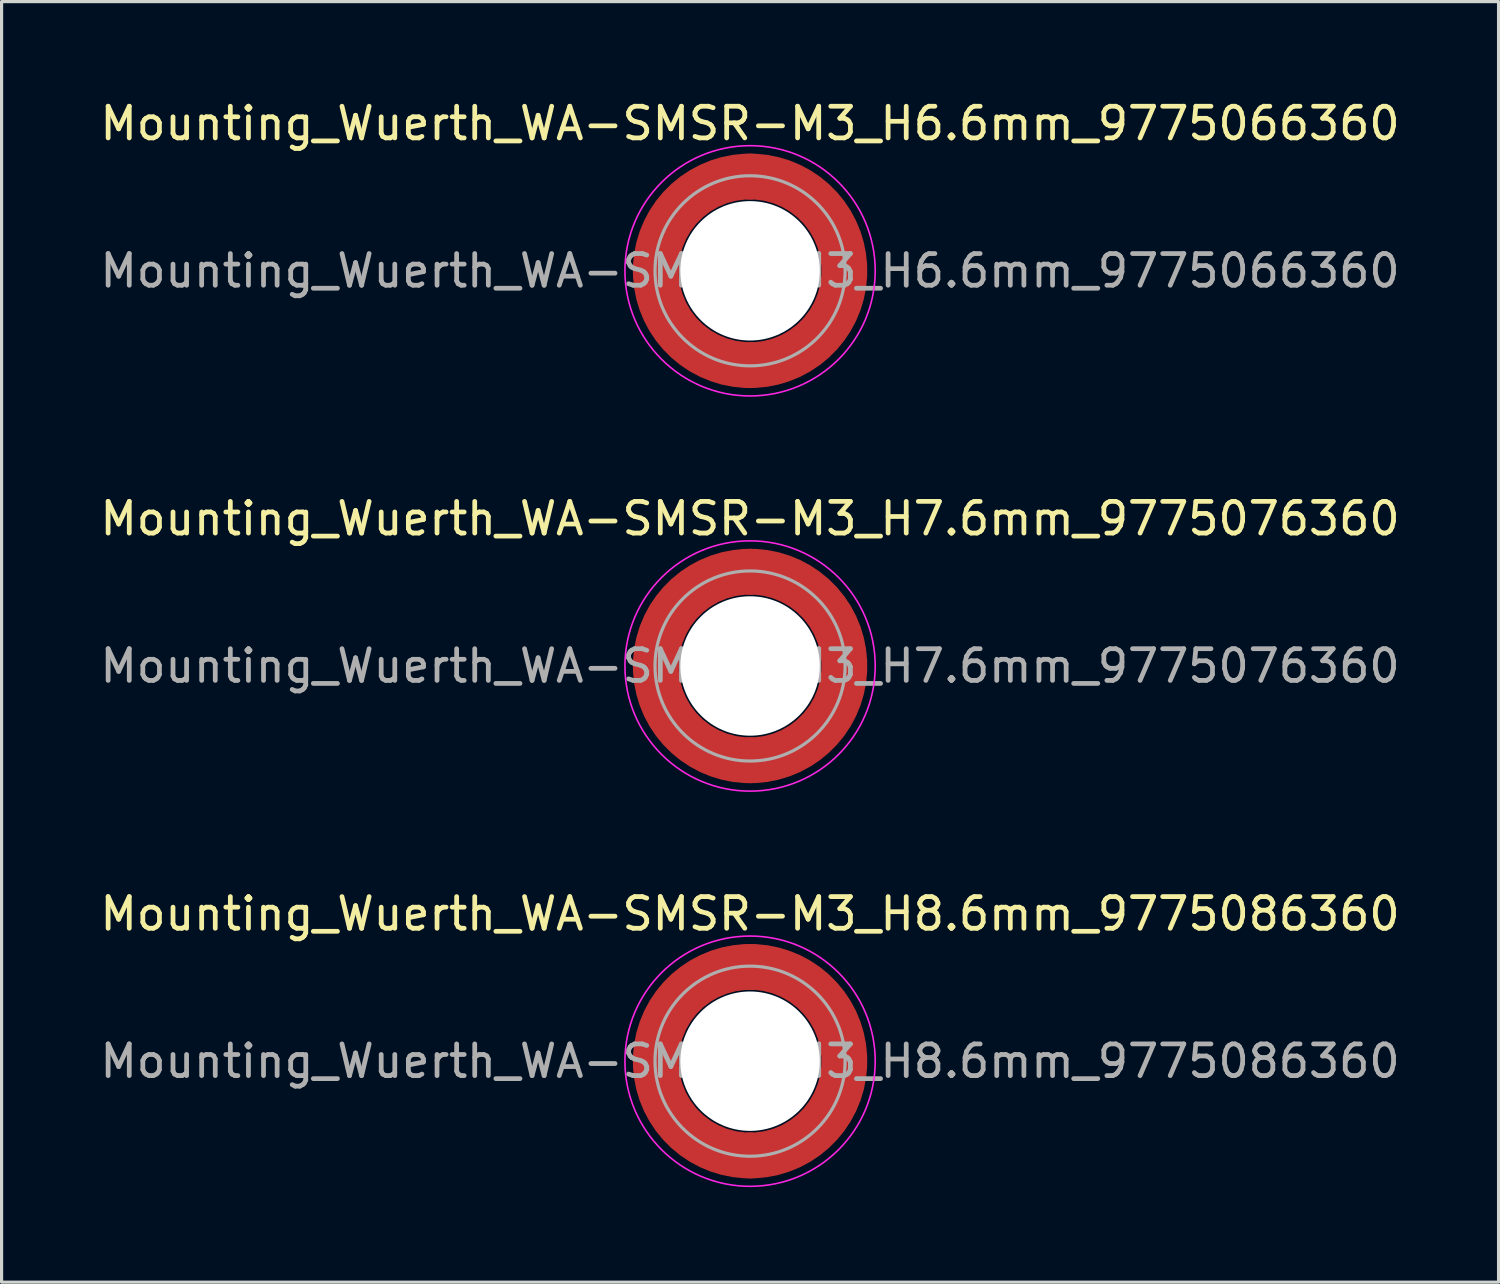
<source format=kicad_pcb>
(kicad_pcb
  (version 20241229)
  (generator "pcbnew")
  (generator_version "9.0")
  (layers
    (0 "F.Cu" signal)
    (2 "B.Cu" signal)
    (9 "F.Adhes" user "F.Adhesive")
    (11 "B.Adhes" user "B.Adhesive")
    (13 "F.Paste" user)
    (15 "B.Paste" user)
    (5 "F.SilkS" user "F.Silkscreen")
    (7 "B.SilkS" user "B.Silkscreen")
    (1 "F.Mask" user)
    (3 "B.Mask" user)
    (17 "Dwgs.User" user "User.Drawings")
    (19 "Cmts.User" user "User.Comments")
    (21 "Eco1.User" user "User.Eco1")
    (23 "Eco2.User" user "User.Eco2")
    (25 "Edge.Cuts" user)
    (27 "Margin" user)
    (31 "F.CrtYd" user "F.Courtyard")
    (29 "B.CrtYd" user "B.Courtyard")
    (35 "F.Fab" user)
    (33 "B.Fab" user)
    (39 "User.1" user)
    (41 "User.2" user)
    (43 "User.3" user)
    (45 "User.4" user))
  (footprint "Mounting_Wuerth_WA-SMSR-M3_H6.6mm_9775066360"
    (layer "F.Cu")
    (at 20.625 5.498)
    (property "Reference" "Mounting_Wuerth_WA-SMSR-M3_H6.6mm_9775066360" (at 0 -4.65 0) (layer "F.SilkS") (effects (font (size 1 1) (thickness 0.15))))
    (attr smd)
    (fp_circle (center 0 0) (end 3.95 0) (stroke (width 0.05) (type solid)) (fill no) (layer "F.CrtYd"))
    (fp_circle (center 0 0) (end 3 0) (stroke (width 0.1) (type solid)) (fill no) (layer "F.Fab"))
    (fp_text user "${REFERENCE}" (at 0 0 0) (layer "F.Fab") (effects (font (size 1 1) (thickness 0.15))))
    (pad "" smd custom (at -2.095 -2.095) (size 1.345 1.345) (layers "F.Paste") (options (anchor circle)) (primitives (gr_arc (start -0.426133 1.358554) (mid 0.237765 0.237765) (end 1.358554 -0.426133) (width 0.6725)) (gr_arc (start -0.774751 1.358554) (mid 0 0) (end 1.358554 -0.774751) (width 0.6725)) (gr_arc (start -1.120735 1.358554) (mid -0.237765 -0.237765) (end 1.358554 -1.120735) (width 0.6725)) (gr_arc (start -1.120735 1.358554) (mid -0.237765 -0.237765) (end 1.358554 -1.120735) (width 0.6725)) (gr_line (start 1.359 -0.426) (end 1.359 -1.121) (width 0.672)) (gr_line (start -0.426 1.359) (end -1.121 1.359) (width 0.672))))
    (pad "" smd custom (at -2.095 2.095) (size 1.345 1.345) (layers "F.Paste") (options (anchor circle)) (primitives (gr_arc (start 1.358554 0.426133) (mid 0.237765 -0.237765) (end -0.426133 -1.358554) (width 0.6725)) (gr_arc (start 1.358554 0.774751) (mid 0 0) (end -0.774751 -1.358554) (width 0.6725)) (gr_arc (start 1.358554 1.120735) (mid -0.237765 0.237765) (end -1.120735 -1.358554) (width 0.6725)) (gr_arc (start 1.358554 1.120735) (mid -0.237765 0.237765) (end -1.120735 -1.358554) (width 0.6725)) (gr_line (start -0.426 -1.359) (end -1.121 -1.359) (width 0.672)) (gr_line (start 1.359 0.426) (end 1.359 1.121) (width 0.672))))
    (pad "" np_thru_hole circle (at 0 0) (size 4.4 4.4) (drill 4.4) (layers "*.Cu" "*.Mask"))
    (pad "" smd custom (at 2.095 -2.095) (size 1.345 1.345) (layers "F.Paste") (options (anchor circle)) (primitives (gr_arc (start -1.358554 -0.426133) (mid -0.237765 0.237765) (end 0.426133 1.358554) (width 0.6725)) (gr_arc (start -1.358554 -0.774751) (mid 0 0) (end 0.774751 1.358554) (width 0.6725)) (gr_arc (start -1.358554 -1.120735) (mid 0.237765 -0.237765) (end 1.120735 1.358554) (width 0.6725)) (gr_arc (start -1.358554 -1.120735) (mid 0.237765 -0.237765) (end 1.120735 1.358554) (width 0.6725)) (gr_line (start 0.426 1.359) (end 1.121 1.359) (width 0.672)) (gr_line (start -1.359 -0.426) (end -1.359 -1.121) (width 0.672))))
    (pad "" smd custom (at 2.095 2.095) (size 1.345 1.345) (layers "F.Paste") (options (anchor circle)) (primitives (gr_arc (start 0.426133 -1.358554) (mid -0.237765 -0.237765) (end -1.358554 0.426133) (width 0.6725)) (gr_arc (start 0.774751 -1.358554) (mid 0 0) (end -1.358554 0.774751) (width 0.6725)) (gr_arc (start 1.120735 -1.358554) (mid 0.237765 0.237765) (end -1.358554 1.120735) (width 0.6725)) (gr_arc (start 1.120735 -1.358554) (mid 0.237765 0.237765) (end -1.358554 1.120735) (width 0.6725)) (gr_line (start -1.359 0.426) (end -1.359 1.121) (width 0.672)) (gr_line (start 0.426 -1.359) (end 1.121 -1.359) (width 0.672))))
    (pad "1" smd circle (at -2.975 0) (size 1.45 1.45) (layers "F.Cu"))
    (pad "1" smd circle (at 0 -2.975) (size 1.45 1.45) (layers "F.Cu"))
    (pad "1" smd circle (at 0 2.975) (size 1.45 1.45) (layers "F.Cu"))
    (pad "1" smd custom (at 2.975 0) (size 1.45 1.45) (layers "F.Cu" "F.Mask") (options (anchor circle)) (primitives (gr_circle (center -2.975 0) (end 0 0) (width 1.45) (fill no)))))
  (footprint "Mounting_Wuerth_WA-SMSR-M3_H8.6mm_9775086360"
    (layer "F.Cu")
    (at 20.625 30.445)
    (property "Reference" "Mounting_Wuerth_WA-SMSR-M3_H8.6mm_9775086360" (at 0 -4.65 0) (layer "F.SilkS") (effects (font (size 1 1) (thickness 0.15))))
    (attr smd)
    (fp_circle (center 0 0) (end 3.95 0) (stroke (width 0.05) (type solid)) (fill no) (layer "F.CrtYd"))
    (fp_circle (center 0 0) (end 3 0) (stroke (width 0.1) (type solid)) (fill no) (layer "F.Fab"))
    (fp_text user "${REFERENCE}" (at 0 0 0) (layer "F.Fab") (effects (font (size 1 1) (thickness 0.15))))
    (pad "" smd custom (at -2.095 -2.095) (size 1.345 1.345) (layers "F.Paste") (options (anchor circle)) (primitives (gr_arc (start -0.426133 1.358554) (mid 0.237765 0.237765) (end 1.358554 -0.426133) (width 0.6725)) (gr_arc (start -0.774751 1.358554) (mid 0 0) (end 1.358554 -0.774751) (width 0.6725)) (gr_arc (start -1.120735 1.358554) (mid -0.237765 -0.237765) (end 1.358554 -1.120735) (width 0.6725)) (gr_arc (start -1.120735 1.358554) (mid -0.237765 -0.237765) (end 1.358554 -1.120735) (width 0.6725)) (gr_line (start 1.359 -0.426) (end 1.359 -1.121) (width 0.672)) (gr_line (start -0.426 1.359) (end -1.121 1.359) (width 0.672))))
    (pad "" smd custom (at -2.095 2.095) (size 1.345 1.345) (layers "F.Paste") (options (anchor circle)) (primitives (gr_arc (start 1.358554 0.426133) (mid 0.237765 -0.237765) (end -0.426133 -1.358554) (width 0.6725)) (gr_arc (start 1.358554 0.774751) (mid 0 0) (end -0.774751 -1.358554) (width 0.6725)) (gr_arc (start 1.358554 1.120735) (mid -0.237765 0.237765) (end -1.120735 -1.358554) (width 0.6725)) (gr_arc (start 1.358554 1.120735) (mid -0.237765 0.237765) (end -1.120735 -1.358554) (width 0.6725)) (gr_line (start -0.426 -1.359) (end -1.121 -1.359) (width 0.672)) (gr_line (start 1.359 0.426) (end 1.359 1.121) (width 0.672))))
    (pad "" np_thru_hole circle (at 0 0) (size 4.4 4.4) (drill 4.4) (layers "*.Cu" "*.Mask"))
    (pad "" smd custom (at 2.095 -2.095) (size 1.345 1.345) (layers "F.Paste") (options (anchor circle)) (primitives (gr_arc (start -1.358554 -0.426133) (mid -0.237765 0.237765) (end 0.426133 1.358554) (width 0.6725)) (gr_arc (start -1.358554 -0.774751) (mid 0 0) (end 0.774751 1.358554) (width 0.6725)) (gr_arc (start -1.358554 -1.120735) (mid 0.237765 -0.237765) (end 1.120735 1.358554) (width 0.6725)) (gr_arc (start -1.358554 -1.120735) (mid 0.237765 -0.237765) (end 1.120735 1.358554) (width 0.6725)) (gr_line (start 0.426 1.359) (end 1.121 1.359) (width 0.672)) (gr_line (start -1.359 -0.426) (end -1.359 -1.121) (width 0.672))))
    (pad "" smd custom (at 2.095 2.095) (size 1.345 1.345) (layers "F.Paste") (options (anchor circle)) (primitives (gr_arc (start 0.426133 -1.358554) (mid -0.237765 -0.237765) (end -1.358554 0.426133) (width 0.6725)) (gr_arc (start 0.774751 -1.358554) (mid 0 0) (end -1.358554 0.774751) (width 0.6725)) (gr_arc (start 1.120735 -1.358554) (mid 0.237765 0.237765) (end -1.358554 1.120735) (width 0.6725)) (gr_arc (start 1.120735 -1.358554) (mid 0.237765 0.237765) (end -1.358554 1.120735) (width 0.6725)) (gr_line (start -1.359 0.426) (end -1.359 1.121) (width 0.672)) (gr_line (start 0.426 -1.359) (end 1.121 -1.359) (width 0.672))))
    (pad "1" smd circle (at -2.975 0) (size 1.45 1.45) (layers "F.Cu"))
    (pad "1" smd circle (at 0 -2.975) (size 1.45 1.45) (layers "F.Cu"))
    (pad "1" smd circle (at 0 2.975) (size 1.45 1.45) (layers "F.Cu"))
    (pad "1" smd custom (at 2.975 0) (size 1.45 1.45) (layers "F.Cu" "F.Mask") (options (anchor circle)) (primitives (gr_circle (center -2.975 0) (end 0 0) (width 1.45) (fill no)))))
  (footprint "Mounting_Wuerth_WA-SMSR-M3_H7.6mm_9775076360"
    (layer "F.Cu")
    (at 20.625 17.971)
    (property "Reference" "Mounting_Wuerth_WA-SMSR-M3_H7.6mm_9775076360" (at 0 -4.65 0) (layer "F.SilkS") (effects (font (size 1 1) (thickness 0.15))))
    (attr smd)
    (fp_circle (center 0 0) (end 3.95 0) (stroke (width 0.05) (type solid)) (fill no) (layer "F.CrtYd"))
    (fp_circle (center 0 0) (end 3 0) (stroke (width 0.1) (type solid)) (fill no) (layer "F.Fab"))
    (fp_text user "${REFERENCE}" (at 0 0 0) (layer "F.Fab") (effects (font (size 1 1) (thickness 0.15))))
    (pad "" smd custom (at -2.095 -2.095) (size 1.345 1.345) (layers "F.Paste") (options (anchor circle)) (primitives (gr_arc (start -0.426133 1.358554) (mid 0.237765 0.237765) (end 1.358554 -0.426133) (width 0.6725)) (gr_arc (start -0.774751 1.358554) (mid 0 0) (end 1.358554 -0.774751) (width 0.6725)) (gr_arc (start -1.120735 1.358554) (mid -0.237765 -0.237765) (end 1.358554 -1.120735) (width 0.6725)) (gr_arc (start -1.120735 1.358554) (mid -0.237765 -0.237765) (end 1.358554 -1.120735) (width 0.6725)) (gr_line (start 1.359 -0.426) (end 1.359 -1.121) (width 0.672)) (gr_line (start -0.426 1.359) (end -1.121 1.359) (width 0.672))))
    (pad "" smd custom (at -2.095 2.095) (size 1.345 1.345) (layers "F.Paste") (options (anchor circle)) (primitives (gr_arc (start 1.358554 0.426133) (mid 0.237765 -0.237765) (end -0.426133 -1.358554) (width 0.6725)) (gr_arc (start 1.358554 0.774751) (mid 0 0) (end -0.774751 -1.358554) (width 0.6725)) (gr_arc (start 1.358554 1.120735) (mid -0.237765 0.237765) (end -1.120735 -1.358554) (width 0.6725)) (gr_arc (start 1.358554 1.120735) (mid -0.237765 0.237765) (end -1.120735 -1.358554) (width 0.6725)) (gr_line (start -0.426 -1.359) (end -1.121 -1.359) (width 0.672)) (gr_line (start 1.359 0.426) (end 1.359 1.121) (width 0.672))))
    (pad "" np_thru_hole circle (at 0 0) (size 4.4 4.4) (drill 4.4) (layers "*.Cu" "*.Mask"))
    (pad "" smd custom (at 2.095 -2.095) (size 1.345 1.345) (layers "F.Paste") (options (anchor circle)) (primitives (gr_arc (start -1.358554 -0.426133) (mid -0.237765 0.237765) (end 0.426133 1.358554) (width 0.6725)) (gr_arc (start -1.358554 -0.774751) (mid 0 0) (end 0.774751 1.358554) (width 0.6725)) (gr_arc (start -1.358554 -1.120735) (mid 0.237765 -0.237765) (end 1.120735 1.358554) (width 0.6725)) (gr_arc (start -1.358554 -1.120735) (mid 0.237765 -0.237765) (end 1.120735 1.358554) (width 0.6725)) (gr_line (start 0.426 1.359) (end 1.121 1.359) (width 0.672)) (gr_line (start -1.359 -0.426) (end -1.359 -1.121) (width 0.672))))
    (pad "" smd custom (at 2.095 2.095) (size 1.345 1.345) (layers "F.Paste") (options (anchor circle)) (primitives (gr_arc (start 0.426133 -1.358554) (mid -0.237765 -0.237765) (end -1.358554 0.426133) (width 0.6725)) (gr_arc (start 0.774751 -1.358554) (mid 0 0) (end -1.358554 0.774751) (width 0.6725)) (gr_arc (start 1.120735 -1.358554) (mid 0.237765 0.237765) (end -1.358554 1.120735) (width 0.6725)) (gr_arc (start 1.120735 -1.358554) (mid 0.237765 0.237765) (end -1.358554 1.120735) (width 0.6725)) (gr_line (start -1.359 0.426) (end -1.359 1.121) (width 0.672)) (gr_line (start 0.426 -1.359) (end 1.121 -1.359) (width 0.672))))
    (pad "1" smd circle (at -2.975 0) (size 1.45 1.45) (layers "F.Cu"))
    (pad "1" smd circle (at 0 -2.975) (size 1.45 1.45) (layers "F.Cu"))
    (pad "1" smd circle (at 0 2.975) (size 1.45 1.45) (layers "F.Cu"))
    (pad "1" smd custom (at 2.975 0) (size 1.45 1.45) (layers "F.Cu" "F.Mask") (options (anchor circle)) (primitives (gr_circle (center -2.975 0) (end 0 0) (width 1.45) (fill no)))))
  (gr_rect
    (start -3 -3)
    (end 44.25 37.42)
    (stroke (width 0.1) (type default))
    (fill no)
    (layer "Edge.Cuts")))
</source>
